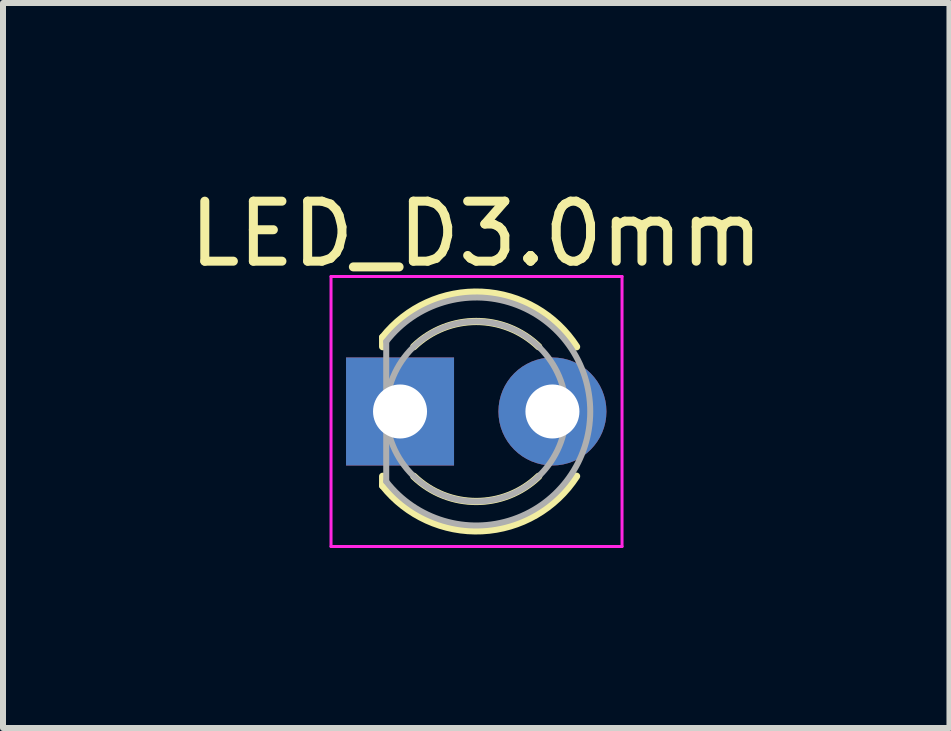
<source format=kicad_pcb>
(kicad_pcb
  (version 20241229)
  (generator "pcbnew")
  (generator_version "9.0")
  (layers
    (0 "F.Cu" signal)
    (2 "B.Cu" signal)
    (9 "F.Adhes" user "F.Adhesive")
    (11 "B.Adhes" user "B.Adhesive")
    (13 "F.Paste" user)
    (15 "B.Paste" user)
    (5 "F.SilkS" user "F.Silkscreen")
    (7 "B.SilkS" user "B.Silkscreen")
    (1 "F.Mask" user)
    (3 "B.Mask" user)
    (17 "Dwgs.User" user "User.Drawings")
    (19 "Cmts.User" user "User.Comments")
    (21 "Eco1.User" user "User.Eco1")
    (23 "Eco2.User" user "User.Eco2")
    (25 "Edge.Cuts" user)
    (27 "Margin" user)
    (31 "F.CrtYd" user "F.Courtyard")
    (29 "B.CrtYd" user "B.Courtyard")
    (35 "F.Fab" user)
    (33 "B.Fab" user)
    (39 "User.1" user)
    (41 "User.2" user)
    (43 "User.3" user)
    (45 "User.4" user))
  (footprint "LED_D3.0mm"
    (layer "F.Cu")
    (at 3.617 3.808)
    (property "Reference" "LED_D3.0mm" (at 1.27 -2.96 0) (layer "F.SilkS") (effects (font (size 1 1) (thickness 0.15))))
    (attr through_hole)
    (fp_line (start -0.29 -1.236) (end -0.29 -1.08) (stroke (width 0.12) (type solid)) (layer "F.SilkS"))
    (fp_line (start -0.29 1.08) (end -0.29 1.236) (stroke (width 0.12) (type solid)) (layer "F.SilkS"))
    (fp_arc (start -0.29 -1.235516) (mid 1.366487 -1.987659) (end 2.942335 -1.078608) (stroke (width 0.12) (type solid)) (layer "F.SilkS"))
    (fp_arc (start 0.229039 -1.08) (mid 1.270117 -1.5) (end 2.31113 -1.079837) (stroke (width 0.12) (type solid)) (layer "F.SilkS"))
    (fp_arc (start 2.31113 1.079837) (mid 1.270117 1.5) (end 0.229039 1.08) (stroke (width 0.12) (type solid)) (layer "F.SilkS"))
    (fp_arc (start 2.942335 1.078608) (mid 1.366487 1.987659) (end -0.29 1.235516) (stroke (width 0.12) (type solid)) (layer "F.SilkS"))
    (fp_line (start -1.15 -2.25) (end -1.15 2.25) (stroke (width 0.05) (type solid)) (layer "F.CrtYd"))
    (fp_line (start -1.15 2.25) (end 3.7 2.25) (stroke (width 0.05) (type solid)) (layer "F.CrtYd"))
    (fp_line (start 3.7 -2.25) (end -1.15 -2.25) (stroke (width 0.05) (type solid)) (layer "F.CrtYd"))
    (fp_line (start 3.7 2.25) (end 3.7 -2.25) (stroke (width 0.05) (type solid)) (layer "F.CrtYd"))
    (fp_line (start -0.23 -1.166) (end -0.23 1.166) (stroke (width 0.1) (type solid)) (layer "F.Fab"))
    (fp_arc (start -0.23 -1.16619) (mid 3.17 0.000452) (end -0.230555 1.165476) (stroke (width 0.1) (type solid)) (layer "F.Fab"))
    (fp_circle (center 1.27 0) (end 2.77 0) (stroke (width 0.1) (type solid)) (fill no) (layer "F.Fab"))
    (pad "1" thru_hole rect (at 0 0) (size 1.8 1.8) (drill 0.9) (layers "*.Mask" "B.Cu"))
    (pad "2" thru_hole circle (at 2.54 0) (size 1.8 1.8) (drill 0.9) (layers "*.Mask" "B.Cu")))
  (gr_rect
    (start -3 -3)
    (end 12.774 9.083)
    (stroke (width 0.1) (type default))
    (fill no)
    (layer "Edge.Cuts")))
</source>
